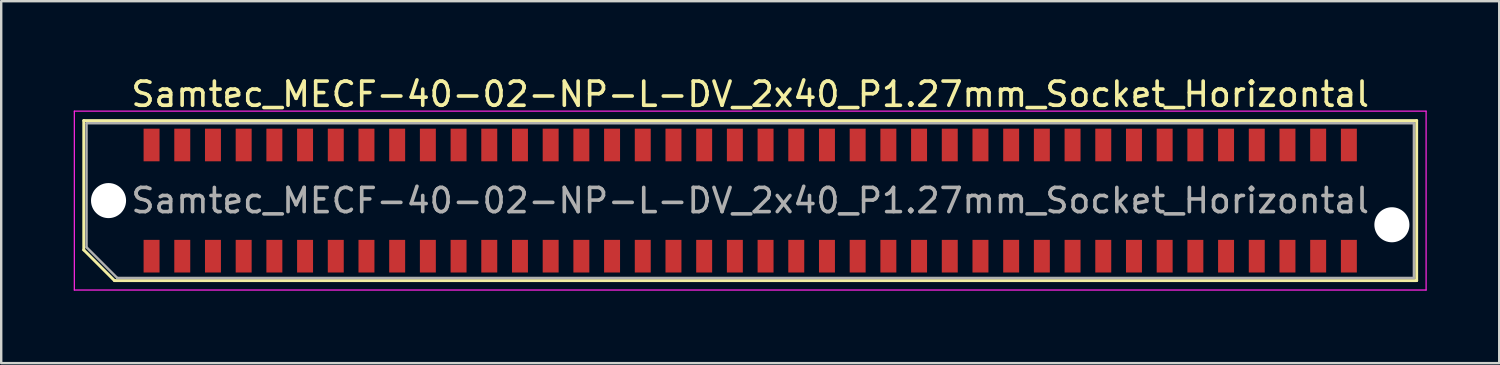
<source format=kicad_pcb>
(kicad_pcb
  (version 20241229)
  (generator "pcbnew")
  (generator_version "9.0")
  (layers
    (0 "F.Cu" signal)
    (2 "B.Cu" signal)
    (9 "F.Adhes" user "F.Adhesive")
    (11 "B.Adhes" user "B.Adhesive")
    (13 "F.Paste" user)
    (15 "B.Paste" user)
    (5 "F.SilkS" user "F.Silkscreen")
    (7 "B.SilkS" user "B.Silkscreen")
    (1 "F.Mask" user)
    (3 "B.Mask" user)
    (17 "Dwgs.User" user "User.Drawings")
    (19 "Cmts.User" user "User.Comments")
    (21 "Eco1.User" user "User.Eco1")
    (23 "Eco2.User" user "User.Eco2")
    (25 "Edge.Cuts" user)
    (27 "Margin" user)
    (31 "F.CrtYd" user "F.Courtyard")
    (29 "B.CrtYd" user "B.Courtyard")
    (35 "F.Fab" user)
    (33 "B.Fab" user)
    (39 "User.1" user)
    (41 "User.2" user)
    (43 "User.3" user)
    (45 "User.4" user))
  (footprint "Samtec_MECF-40-02-NP-L-DV_2x40_P1.27mm_Socket_Horizontal"
    (layer "F.Cu")
    (at 27.985 5.248)
    (property "Reference" "Samtec_MECF-40-02-NP-L-DV_2x40_P1.27mm_Socket_Horizontal" (at 0 -4.4 0) (layer "F.SilkS") (effects (font (size 1 1) (thickness 0.15))))
    (attr smd)
    (fp_line (start -27.57 -3.31) (end 27.57 -3.31) (stroke (width 0.12) (type solid)) (layer "F.SilkS"))
    (fp_line (start -27.57 2.04) (end -27.57 -3.31) (stroke (width 0.12) (type solid)) (layer "F.SilkS"))
    (fp_line (start -26.3 3.31) (end -27.57 2.04) (stroke (width 0.12) (type solid)) (layer "F.SilkS"))
    (fp_line (start -26.3 3.31) (end 27.57 3.31) (stroke (width 0.12) (type solid)) (layer "F.SilkS"))
    (fp_line (start 27.57 3.31) (end 27.57 -3.31) (stroke (width 0.12) (type solid)) (layer "F.SilkS"))
    (fp_line (start -27.96 -3.7) (end -27.96 3.7) (stroke (width 0.05) (type solid)) (layer "F.CrtYd"))
    (fp_line (start -27.96 3.7) (end 27.96 3.7) (stroke (width 0.05) (type solid)) (layer "F.CrtYd"))
    (fp_line (start 27.96 -3.7) (end -27.96 -3.7) (stroke (width 0.05) (type solid)) (layer "F.CrtYd"))
    (fp_line (start 27.96 3.7) (end 27.96 -3.7) (stroke (width 0.05) (type solid)) (layer "F.CrtYd"))
    (fp_line (start -27.455 -3.2) (end 27.455 -3.2) (stroke (width 0.1) (type solid)) (layer "F.Fab"))
    (fp_line (start -27.455 1.93) (end -27.455 -3.2) (stroke (width 0.1) (type solid)) (layer "F.Fab"))
    (fp_line (start -27.455 1.93) (end -26.185 3.2) (stroke (width 0.1) (type solid)) (layer "F.Fab"))
    (fp_line (start -26.185 3.2) (end 27.455 3.2) (stroke (width 0.1) (type solid)) (layer "F.Fab"))
    (fp_line (start 27.455 3.2) (end 27.455 -3.2) (stroke (width 0.1) (type solid)) (layer "F.Fab"))
    (fp_text user "${REFERENCE}" (at 0 0 0) (layer "F.Fab") (effects (font (size 1 1) (thickness 0.15))))
    (pad "" np_thru_hole circle (at -26.545 0) (size 1.45 1.45) (drill 1.45) (layers "*.Cu" "*.Mask"))
    (pad "" np_thru_hole circle (at 26.545 1) (size 1.45 1.45) (drill 1.45) (layers "*.Cu" "*.Mask"))
    (pad "1" smd rect (at -24.765 2.3) (size 0.66 1.35) (layers "F.Cu" "F.Mask" "F.Paste"))
    (pad "2" smd rect (at -24.765 -2.3) (size 0.66 1.35) (layers "F.Cu" "F.Mask" "F.Paste"))
    (pad "3" smd rect (at -23.495 2.3) (size 0.66 1.35) (layers "F.Cu" "F.Mask" "F.Paste"))
    (pad "4" smd rect (at -23.495 -2.3) (size 0.66 1.35) (layers "F.Cu" "F.Mask" "F.Paste"))
    (pad "5" smd rect (at -22.225 2.3) (size 0.66 1.35) (layers "F.Cu" "F.Mask" "F.Paste"))
    (pad "6" smd rect (at -22.225 -2.3) (size 0.66 1.35) (layers "F.Cu" "F.Mask" "F.Paste"))
    (pad "7" smd rect (at -20.955 2.3) (size 0.66 1.35) (layers "F.Cu" "F.Mask" "F.Paste"))
    (pad "8" smd rect (at -20.955 -2.3) (size 0.66 1.35) (layers "F.Cu" "F.Mask" "F.Paste"))
    (pad "9" smd rect (at -19.685 2.3) (size 0.66 1.35) (layers "F.Cu" "F.Mask" "F.Paste"))
    (pad "10" smd rect (at -19.685 -2.3) (size 0.66 1.35) (layers "F.Cu" "F.Mask" "F.Paste"))
    (pad "11" smd rect (at -18.415 2.3) (size 0.66 1.35) (layers "F.Cu" "F.Mask" "F.Paste"))
    (pad "12" smd rect (at -18.415 -2.3) (size 0.66 1.35) (layers "F.Cu" "F.Mask" "F.Paste"))
    (pad "13" smd rect (at -17.145 2.3) (size 0.66 1.35) (layers "F.Cu" "F.Mask" "F.Paste"))
    (pad "14" smd rect (at -17.145 -2.3) (size 0.66 1.35) (layers "F.Cu" "F.Mask" "F.Paste"))
    (pad "15" smd rect (at -15.875 2.3) (size 0.66 1.35) (layers "F.Cu" "F.Mask" "F.Paste"))
    (pad "16" smd rect (at -15.875 -2.3) (size 0.66 1.35) (layers "F.Cu" "F.Mask" "F.Paste"))
    (pad "17" smd rect (at -14.605 2.3) (size 0.66 1.35) (layers "F.Cu" "F.Mask" "F.Paste"))
    (pad "18" smd rect (at -14.605 -2.3) (size 0.66 1.35) (layers "F.Cu" "F.Mask" "F.Paste"))
    (pad "19" smd rect (at -13.335 2.3) (size 0.66 1.35) (layers "F.Cu" "F.Mask" "F.Paste"))
    (pad "20" smd rect (at -13.335 -2.3) (size 0.66 1.35) (layers "F.Cu" "F.Mask" "F.Paste"))
    (pad "21" smd rect (at -12.065 2.3) (size 0.66 1.35) (layers "F.Cu" "F.Mask" "F.Paste"))
    (pad "22" smd rect (at -12.065 -2.3) (size 0.66 1.35) (layers "F.Cu" "F.Mask" "F.Paste"))
    (pad "23" smd rect (at -10.795 2.3) (size 0.66 1.35) (layers "F.Cu" "F.Mask" "F.Paste"))
    (pad "24" smd rect (at -10.795 -2.3) (size 0.66 1.35) (layers "F.Cu" "F.Mask" "F.Paste"))
    (pad "25" smd rect (at -9.525 2.3) (size 0.66 1.35) (layers "F.Cu" "F.Mask" "F.Paste"))
    (pad "26" smd rect (at -9.525 -2.3) (size 0.66 1.35) (layers "F.Cu" "F.Mask" "F.Paste"))
    (pad "27" smd rect (at -8.255 2.3) (size 0.66 1.35) (layers "F.Cu" "F.Mask" "F.Paste"))
    (pad "28" smd rect (at -8.255 -2.3) (size 0.66 1.35) (layers "F.Cu" "F.Mask" "F.Paste"))
    (pad "29" smd rect (at -6.985 2.3) (size 0.66 1.35) (layers "F.Cu" "F.Mask" "F.Paste"))
    (pad "30" smd rect (at -6.985 -2.3) (size 0.66 1.35) (layers "F.Cu" "F.Mask" "F.Paste"))
    (pad "31" smd rect (at -5.715 2.3) (size 0.66 1.35) (layers "F.Cu" "F.Mask" "F.Paste"))
    (pad "32" smd rect (at -5.715 -2.3) (size 0.66 1.35) (layers "F.Cu" "F.Mask" "F.Paste"))
    (pad "33" smd rect (at -4.445 2.3) (size 0.66 1.35) (layers "F.Cu" "F.Mask" "F.Paste"))
    (pad "34" smd rect (at -4.445 -2.3) (size 0.66 1.35) (layers "F.Cu" "F.Mask" "F.Paste"))
    (pad "35" smd rect (at -3.175 2.3) (size 0.66 1.35) (layers "F.Cu" "F.Mask" "F.Paste"))
    (pad "36" smd rect (at -3.175 -2.3) (size 0.66 1.35) (layers "F.Cu" "F.Mask" "F.Paste"))
    (pad "37" smd rect (at -1.905 2.3) (size 0.66 1.35) (layers "F.Cu" "F.Mask" "F.Paste"))
    (pad "38" smd rect (at -1.905 -2.3) (size 0.66 1.35) (layers "F.Cu" "F.Mask" "F.Paste"))
    (pad "39" smd rect (at -0.635 2.3) (size 0.66 1.35) (layers "F.Cu" "F.Mask" "F.Paste"))
    (pad "40" smd rect (at -0.635 -2.3) (size 0.66 1.35) (layers "F.Cu" "F.Mask" "F.Paste"))
    (pad "41" smd rect (at 0.635 2.3) (size 0.66 1.35) (layers "F.Cu" "F.Mask" "F.Paste"))
    (pad "42" smd rect (at 0.635 -2.3) (size 0.66 1.35) (layers "F.Cu" "F.Mask" "F.Paste"))
    (pad "43" smd rect (at 1.905 2.3) (size 0.66 1.35) (layers "F.Cu" "F.Mask" "F.Paste"))
    (pad "44" smd rect (at 1.905 -2.3) (size 0.66 1.35) (layers "F.Cu" "F.Mask" "F.Paste"))
    (pad "45" smd rect (at 3.175 2.3) (size 0.66 1.35) (layers "F.Cu" "F.Mask" "F.Paste"))
    (pad "46" smd rect (at 3.175 -2.3) (size 0.66 1.35) (layers "F.Cu" "F.Mask" "F.Paste"))
    (pad "47" smd rect (at 4.445 2.3) (size 0.66 1.35) (layers "F.Cu" "F.Mask" "F.Paste"))
    (pad "48" smd rect (at 4.445 -2.3) (size 0.66 1.35) (layers "F.Cu" "F.Mask" "F.Paste"))
    (pad "49" smd rect (at 5.715 2.3) (size 0.66 1.35) (layers "F.Cu" "F.Mask" "F.Paste"))
    (pad "50" smd rect (at 5.715 -2.3) (size 0.66 1.35) (layers "F.Cu" "F.Mask" "F.Paste"))
    (pad "51" smd rect (at 6.985 2.3) (size 0.66 1.35) (layers "F.Cu" "F.Mask" "F.Paste"))
    (pad "52" smd rect (at 6.985 -2.3) (size 0.66 1.35) (layers "F.Cu" "F.Mask" "F.Paste"))
    (pad "53" smd rect (at 8.255 2.3) (size 0.66 1.35) (layers "F.Cu" "F.Mask" "F.Paste"))
    (pad "54" smd rect (at 8.255 -2.3) (size 0.66 1.35) (layers "F.Cu" "F.Mask" "F.Paste"))
    (pad "55" smd rect (at 9.525 2.3) (size 0.66 1.35) (layers "F.Cu" "F.Mask" "F.Paste"))
    (pad "56" smd rect (at 9.525 -2.3) (size 0.66 1.35) (layers "F.Cu" "F.Mask" "F.Paste"))
    (pad "57" smd rect (at 10.795 2.3) (size 0.66 1.35) (layers "F.Cu" "F.Mask" "F.Paste"))
    (pad "58" smd rect (at 10.795 -2.3) (size 0.66 1.35) (layers "F.Cu" "F.Mask" "F.Paste"))
    (pad "59" smd rect (at 12.065 2.3) (size 0.66 1.35) (layers "F.Cu" "F.Mask" "F.Paste"))
    (pad "60" smd rect (at 12.065 -2.3) (size 0.66 1.35) (layers "F.Cu" "F.Mask" "F.Paste"))
    (pad "61" smd rect (at 13.335 2.3) (size 0.66 1.35) (layers "F.Cu" "F.Mask" "F.Paste"))
    (pad "62" smd rect (at 13.335 -2.3) (size 0.66 1.35) (layers "F.Cu" "F.Mask" "F.Paste"))
    (pad "63" smd rect (at 14.605 2.3) (size 0.66 1.35) (layers "F.Cu" "F.Mask" "F.Paste"))
    (pad "64" smd rect (at 14.605 -2.3) (size 0.66 1.35) (layers "F.Cu" "F.Mask" "F.Paste"))
    (pad "65" smd rect (at 15.875 2.3) (size 0.66 1.35) (layers "F.Cu" "F.Mask" "F.Paste"))
    (pad "66" smd rect (at 15.875 -2.3) (size 0.66 1.35) (layers "F.Cu" "F.Mask" "F.Paste"))
    (pad "67" smd rect (at 17.145 2.3) (size 0.66 1.35) (layers "F.Cu" "F.Mask" "F.Paste"))
    (pad "68" smd rect (at 17.145 -2.3) (size 0.66 1.35) (layers "F.Cu" "F.Mask" "F.Paste"))
    (pad "69" smd rect (at 18.415 2.3) (size 0.66 1.35) (layers "F.Cu" "F.Mask" "F.Paste"))
    (pad "70" smd rect (at 18.415 -2.3) (size 0.66 1.35) (layers "F.Cu" "F.Mask" "F.Paste"))
    (pad "71" smd rect (at 19.685 2.3) (size 0.66 1.35) (layers "F.Cu" "F.Mask" "F.Paste"))
    (pad "72" smd rect (at 19.685 -2.3) (size 0.66 1.35) (layers "F.Cu" "F.Mask" "F.Paste"))
    (pad "73" smd rect (at 20.955 2.3) (size 0.66 1.35) (layers "F.Cu" "F.Mask" "F.Paste"))
    (pad "74" smd rect (at 20.955 -2.3) (size 0.66 1.35) (layers "F.Cu" "F.Mask" "F.Paste"))
    (pad "75" smd rect (at 22.225 2.3) (size 0.66 1.35) (layers "F.Cu" "F.Mask" "F.Paste"))
    (pad "76" smd rect (at 22.225 -2.3) (size 0.66 1.35) (layers "F.Cu" "F.Mask" "F.Paste"))
    (pad "77" smd rect (at 23.495 2.3) (size 0.66 1.35) (layers "F.Cu" "F.Mask" "F.Paste"))
    (pad "78" smd rect (at 23.495 -2.3) (size 0.66 1.35) (layers "F.Cu" "F.Mask" "F.Paste"))
    (pad "79" smd rect (at 24.765 2.3) (size 0.66 1.35) (layers "F.Cu" "F.Mask" "F.Paste"))
    (pad "80" smd rect (at 24.765 -2.3) (size 0.66 1.35) (layers "F.Cu" "F.Mask" "F.Paste")))
  (gr_rect
    (start -3 -3)
    (end 58.97 11.973)
    (stroke (width 0.1) (type default))
    (fill no)
    (layer "Edge.Cuts")))
</source>
